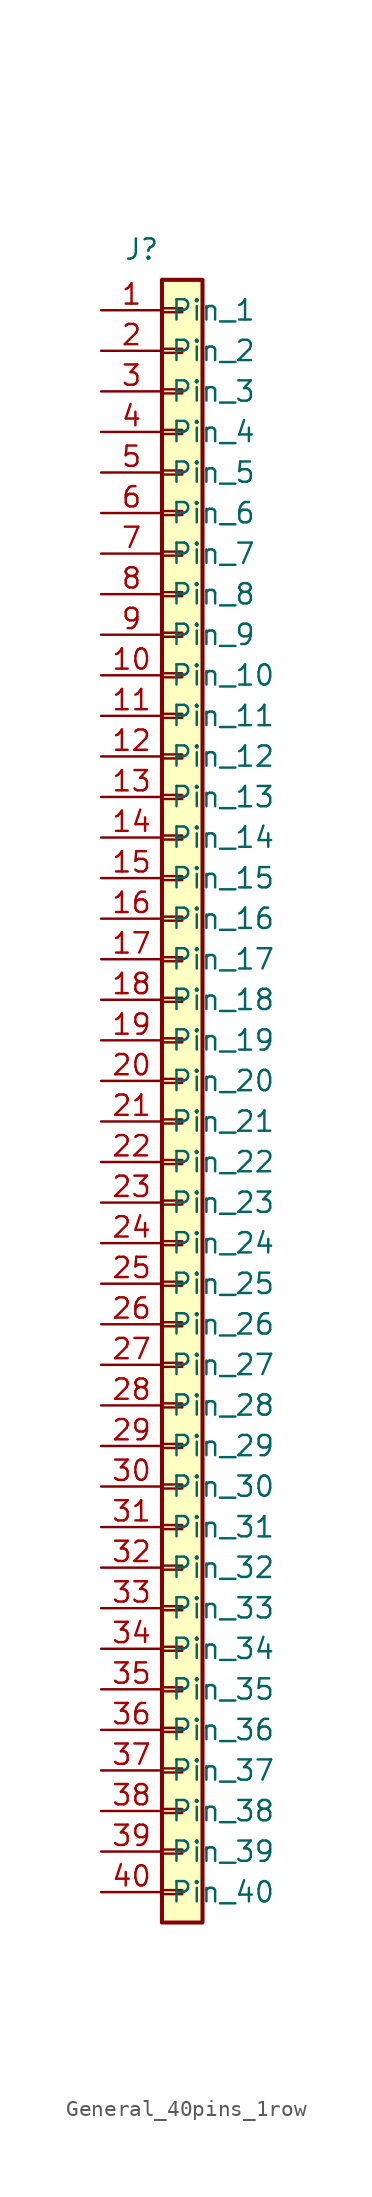
<source format=kicad_sym>
(kicad_symbol_lib
  (version 20231120)
  (generator "kicad_symbol_editor")
  (generator_version "8.0")
  (symbol "General_40pins_1row"
    (property "Reference" "J"
      (at 27.94 17.78 0)
      (effects (font (size 1.27 1.27))))
    (property "Value" ""
      (at 27.94 17.78 0)
      (effects (font (size 1.27 1.27))))
    (symbol "General_40pins_1row_1_1"
      (rectangle (start 29.21 -84.963) (end 30.48 -85.217) (stroke (width 0.152) (type default)) (fill (type none)))
      (rectangle (start 29.21 -82.423) (end 30.48 -82.677) (stroke (width 0.152) (type default)) (fill (type none)))
      (rectangle (start 29.21 -79.883) (end 30.48 -80.137) (stroke (width 0.152) (type default)) (fill (type none)))
      (rectangle (start 29.21 -77.343) (end 30.48 -77.597) (stroke (width 0.152) (type default)) (fill (type none)))
      (rectangle (start 29.21 -74.803) (end 30.48 -75.057) (stroke (width 0.152) (type default)) (fill (type none)))
      (rectangle (start 29.21 -72.263) (end 30.48 -72.517) (stroke (width 0.152) (type default)) (fill (type none)))
      (rectangle (start 29.21 -69.723) (end 30.48 -69.977) (stroke (width 0.152) (type default)) (fill (type none)))
      (rectangle (start 29.21 -67.183) (end 30.48 -67.437) (stroke (width 0.152) (type default)) (fill (type none)))
      (rectangle (start 29.21 -64.643) (end 30.48 -64.897) (stroke (width 0.152) (type default)) (fill (type none)))
      (rectangle (start 29.21 -62.103) (end 30.48 -62.357) (stroke (width 0.152) (type default)) (fill (type none)))
      (rectangle (start 29.21 -59.563) (end 30.48 -59.817) (stroke (width 0.152) (type default)) (fill (type none)))
      (rectangle (start 29.21 -57.023) (end 30.48 -57.277) (stroke (width 0.152) (type default)) (fill (type none)))
      (rectangle (start 29.21 -54.483) (end 30.48 -54.737) (stroke (width 0.152) (type default)) (fill (type none)))
      (rectangle (start 29.21 -51.943) (end 30.48 -52.197) (stroke (width 0.152) (type default)) (fill (type none)))
      (rectangle (start 29.21 -49.403) (end 30.48 -49.657) (stroke (width 0.152) (type default)) (fill (type none)))
      (rectangle (start 29.21 -46.863) (end 30.48 -47.117) (stroke (width 0.152) (type default)) (fill (type none)))
      (rectangle (start 29.21 -44.323) (end 30.48 -44.577) (stroke (width 0.152) (type default)) (fill (type none)))
      (rectangle (start 29.21 -41.783) (end 30.48 -42.037) (stroke (width 0.152) (type default)) (fill (type none)))
      (rectangle (start 29.21 -39.243) (end 30.48 -39.497) (stroke (width 0.152) (type default)) (fill (type none)))
      (rectangle (start 29.21 -36.703) (end 30.48 -36.957) (stroke (width 0.152) (type default)) (fill (type none)))
      (rectangle (start 29.21 -34.163) (end 30.48 -34.417) (stroke (width 0.152) (type default)) (fill (type none)))
      (rectangle (start 29.21 -31.623) (end 30.48 -31.877) (stroke (width 0.152) (type default)) (fill (type none)))
      (rectangle (start 29.21 -29.083) (end 30.48 -29.337) (stroke (width 0.152) (type default)) (fill (type none)))
      (rectangle (start 29.21 -26.543) (end 30.48 -26.797) (stroke (width 0.152) (type default)) (fill (type none)))
      (rectangle (start 29.21 -24.003) (end 30.48 -24.257) (stroke (width 0.152) (type default)) (fill (type none)))
      (rectangle (start 29.21 -21.463) (end 30.48 -21.717) (stroke (width 0.152) (type default)) (fill (type none)))
      (rectangle (start 29.21 -18.923) (end 30.48 -19.177) (stroke (width 0.152) (type default)) (fill (type none)))
      (rectangle (start 29.21 -16.383) (end 30.48 -16.637) (stroke (width 0.152) (type default)) (fill (type none)))
      (rectangle (start 29.21 -13.843) (end 30.48 -14.097) (stroke (width 0.152) (type default)) (fill (type none)))
      (rectangle (start 29.21 -11.303) (end 30.48 -11.557) (stroke (width 0.152) (type default)) (fill (type none)))
      (rectangle (start 29.21 -8.763) (end 30.48 -9.017) (stroke (width 0.152) (type default)) (fill (type none)))
      (rectangle (start 29.21 -6.223) (end 30.48 -6.477) (stroke (width 0.152) (type default)) (fill (type none)))
      (rectangle (start 29.21 -3.683) (end 30.48 -3.937) (stroke (width 0.152) (type default)) (fill (type none)))
      (rectangle (start 29.21 -1.143) (end 30.48 -1.397) (stroke (width 0.152) (type default)) (fill (type none)))
      (rectangle (start 29.21 1.397) (end 30.48 1.143) (stroke (width 0.152) (type default)) (fill (type none)))
      (rectangle (start 29.21 3.937) (end 30.48 3.683) (stroke (width 0.152) (type default)) (fill (type none)))
      (rectangle (start 29.21 6.477) (end 30.48 6.223) (stroke (width 0.152) (type default)) (fill (type none)))
      (rectangle (start 29.21 9.017) (end 30.48 8.763) (stroke (width 0.152) (type default)) (fill (type none)))
      (rectangle (start 29.21 11.557) (end 30.48 11.303) (stroke (width 0.152) (type default)) (fill (type none)))
      (rectangle (start 29.21 14.097) (end 30.48 13.843) (stroke (width 0.152) (type default)) (fill (type none)))
      (rectangle (start 29.21 15.875) (end 31.75 -86.995) (stroke (width 0.254) (type default)) (fill (type background)))
      (pin passive line (at 25.4 13.97 0) (length 3.81) (name "Pin_1" (effects (font (size 1.27 1.27)))) (number "1" (effects (font (size 1.27 1.27)))))
      (pin passive line (at 25.4 -8.89 0) (length 3.81) (name "Pin_10" (effects (font (size 1.27 1.27)))) (number "10" (effects (font (size 1.27 1.27)))))
      (pin passive line (at 25.4 -11.43 0) (length 3.81) (name "Pin_11" (effects (font (size 1.27 1.27)))) (number "11" (effects (font (size 1.27 1.27)))))
      (pin passive line (at 25.4 -13.97 0) (length 3.81) (name "Pin_12" (effects (font (size 1.27 1.27)))) (number "12" (effects (font (size 1.27 1.27)))))
      (pin passive line (at 25.4 -16.51 0) (length 3.81) (name "Pin_13" (effects (font (size 1.27 1.27)))) (number "13" (effects (font (size 1.27 1.27)))))
      (pin passive line (at 25.4 -19.05 0) (length 3.81) (name "Pin_14" (effects (font (size 1.27 1.27)))) (number "14" (effects (font (size 1.27 1.27)))))
      (pin passive line (at 25.4 -21.59 0) (length 3.81) (name "Pin_15" (effects (font (size 1.27 1.27)))) (number "15" (effects (font (size 1.27 1.27)))))
      (pin passive line (at 25.4 -24.13 0) (length 3.81) (name "Pin_16" (effects (font (size 1.27 1.27)))) (number "16" (effects (font (size 1.27 1.27)))))
      (pin passive line (at 25.4 -26.67 0) (length 3.81) (name "Pin_17" (effects (font (size 1.27 1.27)))) (number "17" (effects (font (size 1.27 1.27)))))
      (pin passive line (at 25.4 -29.21 0) (length 3.81) (name "Pin_18" (effects (font (size 1.27 1.27)))) (number "18" (effects (font (size 1.27 1.27)))))
      (pin passive line (at 25.4 -31.75 0) (length 3.81) (name "Pin_19" (effects (font (size 1.27 1.27)))) (number "19" (effects (font (size 1.27 1.27)))))
      (pin passive line (at 25.4 11.43 0) (length 3.81) (name "Pin_2" (effects (font (size 1.27 1.27)))) (number "2" (effects (font (size 1.27 1.27)))))
      (pin passive line (at 25.4 -34.29 0) (length 3.81) (name "Pin_20" (effects (font (size 1.27 1.27)))) (number "20" (effects (font (size 1.27 1.27)))))
      (pin passive line (at 25.4 -36.83 0) (length 3.81) (name "Pin_21" (effects (font (size 1.27 1.27)))) (number "21" (effects (font (size 1.27 1.27)))))
      (pin passive line (at 25.4 -39.37 0) (length 3.81) (name "Pin_22" (effects (font (size 1.27 1.27)))) (number "22" (effects (font (size 1.27 1.27)))))
      (pin passive line (at 25.4 -41.91 0) (length 3.81) (name "Pin_23" (effects (font (size 1.27 1.27)))) (number "23" (effects (font (size 1.27 1.27)))))
      (pin passive line (at 25.4 -44.45 0) (length 3.81) (name "Pin_24" (effects (font (size 1.27 1.27)))) (number "24" (effects (font (size 1.27 1.27)))))
      (pin passive line (at 25.4 -46.99 0) (length 3.81) (name "Pin_25" (effects (font (size 1.27 1.27)))) (number "25" (effects (font (size 1.27 1.27)))))
      (pin passive line (at 25.4 -49.53 0) (length 3.81) (name "Pin_26" (effects (font (size 1.27 1.27)))) (number "26" (effects (font (size 1.27 1.27)))))
      (pin passive line (at 25.4 -52.07 0) (length 3.81) (name "Pin_27" (effects (font (size 1.27 1.27)))) (number "27" (effects (font (size 1.27 1.27)))))
      (pin passive line (at 25.4 -54.61 0) (length 3.81) (name "Pin_28" (effects (font (size 1.27 1.27)))) (number "28" (effects (font (size 1.27 1.27)))))
      (pin passive line (at 25.4 -57.15 0) (length 3.81) (name "Pin_29" (effects (font (size 1.27 1.27)))) (number "29" (effects (font (size 1.27 1.27)))))
      (pin passive line (at 25.4 8.89 0) (length 3.81) (name "Pin_3" (effects (font (size 1.27 1.27)))) (number "3" (effects (font (size 1.27 1.27)))))
      (pin passive line (at 25.4 -59.69 0) (length 3.81) (name "Pin_30" (effects (font (size 1.27 1.27)))) (number "30" (effects (font (size 1.27 1.27)))))
      (pin passive line (at 25.4 -62.23 0) (length 3.81) (name "Pin_31" (effects (font (size 1.27 1.27)))) (number "31" (effects (font (size 1.27 1.27)))))
      (pin passive line (at 25.4 -64.77 0) (length 3.81) (name "Pin_32" (effects (font (size 1.27 1.27)))) (number "32" (effects (font (size 1.27 1.27)))))
      (pin passive line (at 25.4 -67.31 0) (length 3.81) (name "Pin_33" (effects (font (size 1.27 1.27)))) (number "33" (effects (font (size 1.27 1.27)))))
      (pin passive line (at 25.4 -69.85 0) (length 3.81) (name "Pin_34" (effects (font (size 1.27 1.27)))) (number "34" (effects (font (size 1.27 1.27)))))
      (pin passive line (at 25.4 -72.39 0) (length 3.81) (name "Pin_35" (effects (font (size 1.27 1.27)))) (number "35" (effects (font (size 1.27 1.27)))))
      (pin passive line (at 25.4 -74.93 0) (length 3.81) (name "Pin_36" (effects (font (size 1.27 1.27)))) (number "36" (effects (font (size 1.27 1.27)))))
      (pin passive line (at 25.4 -77.47 0) (length 3.81) (name "Pin_37" (effects (font (size 1.27 1.27)))) (number "37" (effects (font (size 1.27 1.27)))))
      (pin passive line (at 25.4 -80.01 0) (length 3.81) (name "Pin_38" (effects (font (size 1.27 1.27)))) (number "38" (effects (font (size 1.27 1.27)))))
      (pin passive line (at 25.4 -82.55 0) (length 3.81) (name "Pin_39" (effects (font (size 1.27 1.27)))) (number "39" (effects (font (size 1.27 1.27)))))
      (pin passive line (at 25.4 6.35 0) (length 3.81) (name "Pin_4" (effects (font (size 1.27 1.27)))) (number "4" (effects (font (size 1.27 1.27)))))
      (pin passive line (at 25.4 -85.09 0) (length 3.81) (name "Pin_40" (effects (font (size 1.27 1.27)))) (number "40" (effects (font (size 1.27 1.27)))))
      (pin passive line (at 25.4 3.81 0) (length 3.81) (name "Pin_5" (effects (font (size 1.27 1.27)))) (number "5" (effects (font (size 1.27 1.27)))))
      (pin passive line (at 25.4 1.27 0) (length 3.81) (name "Pin_6" (effects (font (size 1.27 1.27)))) (number "6" (effects (font (size 1.27 1.27)))))
      (pin passive line (at 25.4 -1.27 0) (length 3.81) (name "Pin_7" (effects (font (size 1.27 1.27)))) (number "7" (effects (font (size 1.27 1.27)))))
      (pin passive line (at 25.4 -3.81 0) (length 3.81) (name "Pin_8" (effects (font (size 1.27 1.27)))) (number "8" (effects (font (size 1.27 1.27)))))
      (pin passive line (at 25.4 -6.35 0) (length 3.81) (name "Pin_9" (effects (font (size 1.27 1.27)))) (number "9" (effects (font (size 1.27 1.27))))))))
</source>
